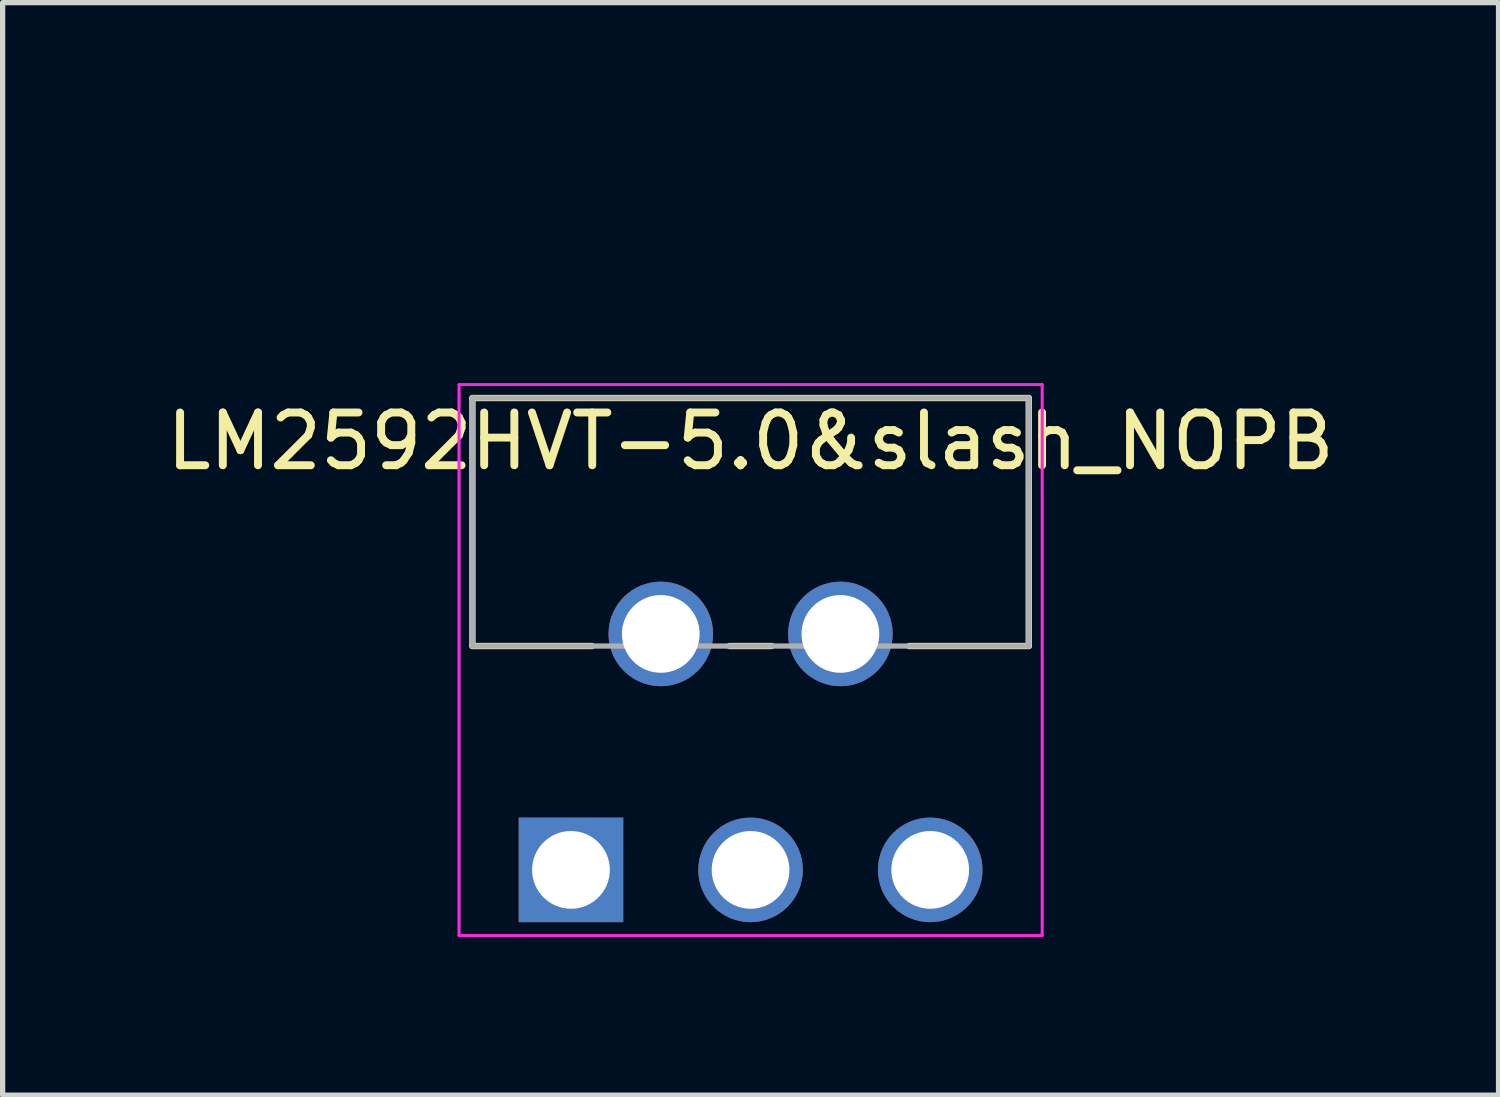
<source format=kicad_pcb>
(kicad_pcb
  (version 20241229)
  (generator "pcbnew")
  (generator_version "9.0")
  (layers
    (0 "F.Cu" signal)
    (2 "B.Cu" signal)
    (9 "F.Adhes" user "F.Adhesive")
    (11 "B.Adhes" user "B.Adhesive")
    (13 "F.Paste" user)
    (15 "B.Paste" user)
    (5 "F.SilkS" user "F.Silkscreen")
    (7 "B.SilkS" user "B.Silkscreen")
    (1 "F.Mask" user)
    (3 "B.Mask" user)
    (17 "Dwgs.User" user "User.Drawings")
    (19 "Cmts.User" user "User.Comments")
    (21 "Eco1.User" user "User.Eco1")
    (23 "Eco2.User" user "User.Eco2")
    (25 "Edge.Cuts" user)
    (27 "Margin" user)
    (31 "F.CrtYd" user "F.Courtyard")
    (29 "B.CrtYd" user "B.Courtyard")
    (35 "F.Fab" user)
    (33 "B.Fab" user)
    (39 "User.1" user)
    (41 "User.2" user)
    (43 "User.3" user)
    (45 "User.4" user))
  (footprint "LM2592HVT-5.0&slash_NOPB"
    (layer "F.Cu")
    (at 14.576 0.25)
    (property "Reference" "LM2592HVT-5.0&slash_NOPB" (at -3.404 5.061 0) (layer "F.SilkS") (effects (font (size 1 1) (thickness 0.15))))
    (attr through_hole)
    (fp_line (start -8.674 4.242) (end -8.674 8.941) (stroke (width 0.12) (type solid)) (layer "F.SilkS"))
    (fp_line (start -8.674 8.941) (end -6.409 8.941) (stroke (width 0.12) (type solid)) (layer "F.SilkS"))
    (fp_line (start -3.802 8.941) (end -3.005 8.941) (stroke (width 0.12) (type solid)) (layer "F.SilkS"))
    (fp_line (start -0.398 8.941) (end 1.867 8.941) (stroke (width 0.12) (type solid)) (layer "F.SilkS"))
    (fp_line (start 1.867 4.242) (end -8.674 4.242) (stroke (width 0.12) (type solid)) (layer "F.SilkS"))
    (fp_line (start 1.867 8.941) (end 1.867 4.242) (stroke (width 0.12) (type solid)) (layer "F.SilkS"))
    (fp_line (start -8.928 3.988) (end -8.928 14.427) (stroke (width 0.05) (type solid)) (layer "F.CrtYd"))
    (fp_line (start -8.928 3.988) (end -8.928 14.427) (stroke (width 0.05) (type solid)) (layer "F.CrtYd"))
    (fp_line (start -8.928 14.427) (end 2.121 14.427) (stroke (width 0.05) (type solid)) (layer "F.CrtYd"))
    (fp_line (start -8.928 14.427) (end 2.121 14.427) (stroke (width 0.05) (type solid)) (layer "F.CrtYd"))
    (fp_line (start 2.121 3.988) (end -8.928 3.988) (stroke (width 0.05) (type solid)) (layer "F.CrtYd"))
    (fp_line (start 2.121 3.988) (end -8.928 3.988) (stroke (width 0.05) (type solid)) (layer "F.CrtYd"))
    (fp_line (start 2.121 14.427) (end 2.121 3.988) (stroke (width 0.05) (type solid)) (layer "F.CrtYd"))
    (fp_line (start 2.121 14.427) (end 2.121 3.988) (stroke (width 0.05) (type solid)) (layer "F.CrtYd"))
    (fp_line (start -8.674 4.242) (end -8.674 8.941) (stroke (width 0.1) (type solid)) (layer "F.Fab"))
    (fp_line (start -8.674 8.941) (end 1.867 8.941) (stroke (width 0.1) (type solid)) (layer "F.Fab"))
    (fp_line (start 1.867 4.242) (end -8.674 4.242) (stroke (width 0.1) (type solid)) (layer "F.Fab"))
    (fp_line (start 1.867 8.941) (end 1.867 4.242) (stroke (width 0.1) (type solid)) (layer "F.Fab"))
    (pad "1" thru_hole rect (at -6.807 13.183) (size 1.981 1.981) (drill 1.473) (layers "*.Cu" "*.Mask"))
    (pad "2" thru_hole circle (at -5.105 8.712) (size 1.981 1.981) (drill 1.473) (layers "*.Cu" "*.Mask"))
    (pad "3" thru_hole circle (at -3.404 13.183) (size 1.981 1.981) (drill 1.473) (layers "*.Cu" "*.Mask"))
    (pad "4" thru_hole circle (at -1.702 8.712) (size 1.981 1.981) (drill 1.473) (layers "*.Cu" "*.Mask"))
    (pad "5" thru_hole circle (at 0 13.183) (size 1.981 1.981) (drill 1.473) (layers "*.Cu" "*.Mask")))
  (gr_rect
    (start -3 -3)
    (end 25.345 17.702)
    (stroke (width 0.1) (type default))
    (fill no)
    (layer "Edge.Cuts")))
</source>
